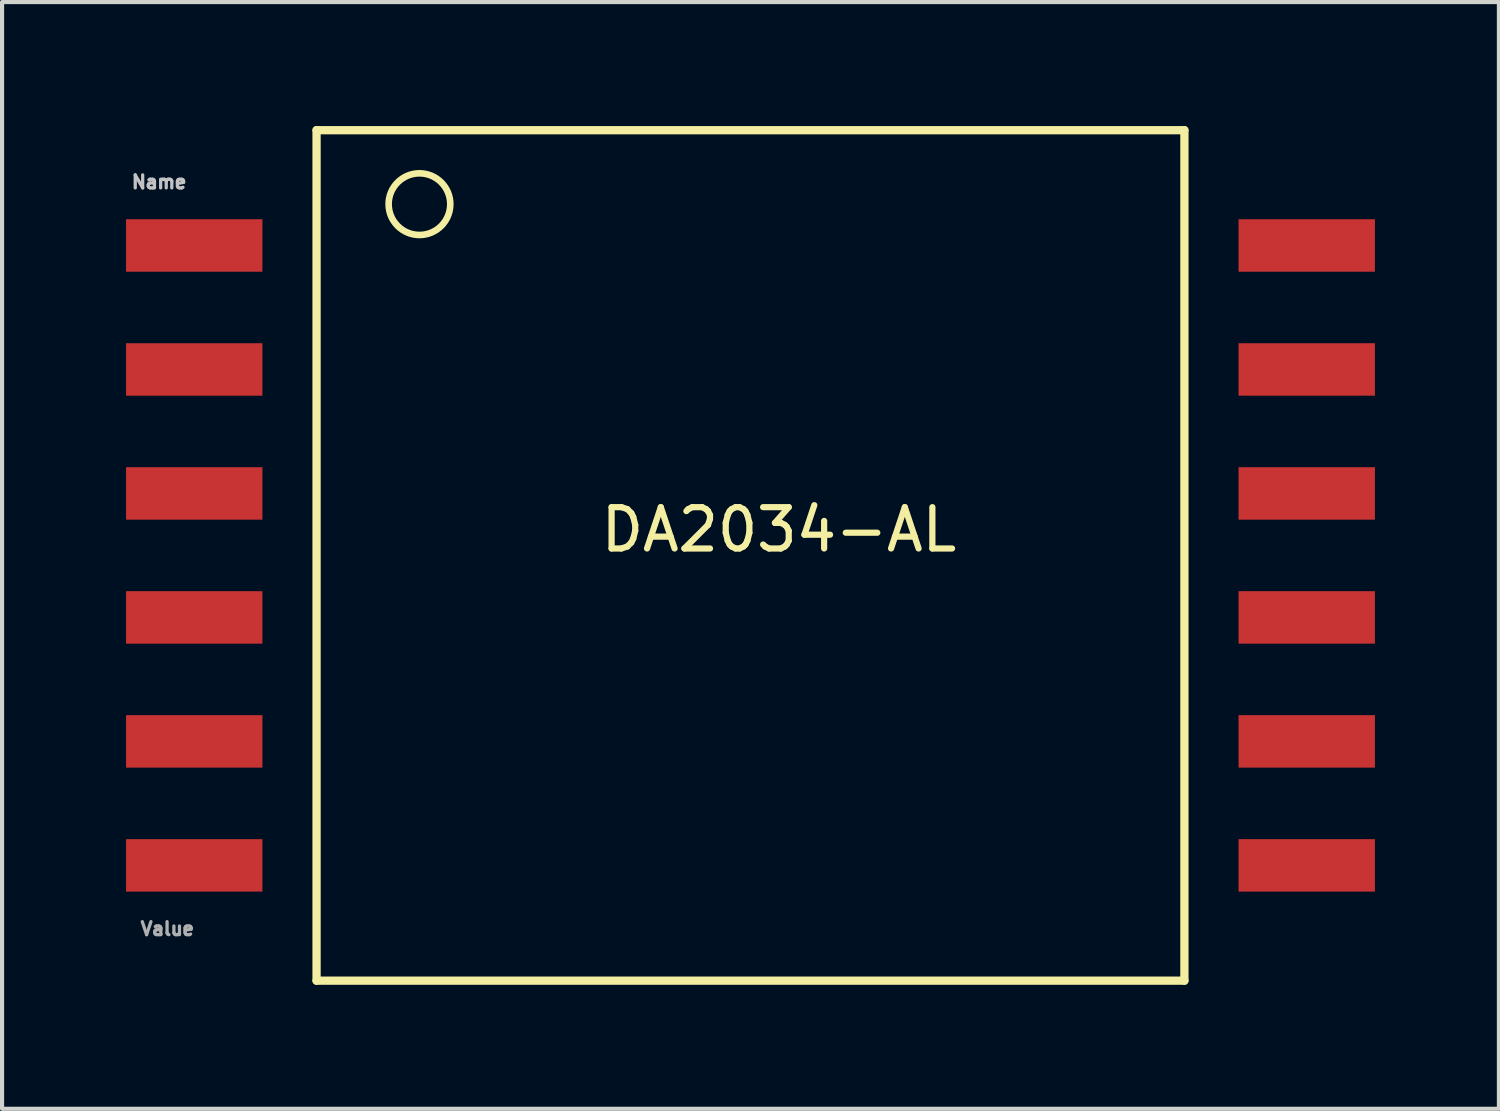
<source format=kicad_pcb>
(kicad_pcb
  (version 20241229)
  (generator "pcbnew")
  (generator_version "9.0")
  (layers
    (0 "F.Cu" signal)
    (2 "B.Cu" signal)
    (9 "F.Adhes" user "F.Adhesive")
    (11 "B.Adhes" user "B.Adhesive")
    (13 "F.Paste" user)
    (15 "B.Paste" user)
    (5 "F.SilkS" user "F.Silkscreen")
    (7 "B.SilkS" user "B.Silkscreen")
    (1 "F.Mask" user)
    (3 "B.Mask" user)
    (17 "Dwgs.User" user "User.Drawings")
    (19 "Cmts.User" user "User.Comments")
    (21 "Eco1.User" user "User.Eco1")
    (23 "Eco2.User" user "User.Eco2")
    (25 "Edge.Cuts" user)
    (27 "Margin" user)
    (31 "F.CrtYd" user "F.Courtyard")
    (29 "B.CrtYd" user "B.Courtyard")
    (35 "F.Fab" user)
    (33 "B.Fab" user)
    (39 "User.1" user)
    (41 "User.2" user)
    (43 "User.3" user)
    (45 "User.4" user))
  (footprint "DA2034-AL"
    (layer "F.Cu")
    (at 15.11 10.39)
    (property "Reference" "DA2034-AL" (at 0.687 -0.623 0) (layer "F.SilkS") (effects (font (size 1 1) (thickness 0.15))))
    (attr smd)
    (fp_line (start -10.5 -10.29) (end 10.5 -10.29) (stroke (width 0.2) (type solid)) (layer "F.SilkS"))
    (fp_line (start -10.5 10.29) (end -10.5 -10.29) (stroke (width 0.2) (type solid)) (layer "F.SilkS"))
    (fp_line (start 10.5 -10.29) (end 10.5 10.29) (stroke (width 0.2) (type solid)) (layer "F.SilkS"))
    (fp_line (start 10.5 10.29) (end -10.5 10.29) (stroke (width 0.2) (type solid)) (layer "F.SilkS"))
    (fp_circle (center -8.01 -8.5) (end -7.264 -8.5) (stroke (width 0.16) (type solid)) (fill no) (layer "F.SilkS"))
    (fp_text user "Name" (at -14.31 -9.035 0) (layer "Dwgs.User") (effects (font (size 0.315 0.315) (thickness 0.079))))
    (fp_text user "Value" (at -14.11 9.035 0) (layer "F.Fab") (effects (font (size 0.315 0.315) (thickness 0.079))))
    (pad "1" smd rect (at -13.46 -7.5) (size 3.3 1.27) (layers "F.Cu" "F.Mask" "F.Paste"))
    (pad "2" smd rect (at -13.46 -4.5) (size 3.3 1.27) (layers "F.Cu" "F.Mask" "F.Paste"))
    (pad "3" smd rect (at -13.46 -1.5) (size 3.3 1.27) (layers "F.Cu" "F.Mask" "F.Paste"))
    (pad "4" smd rect (at -13.46 1.5) (size 3.3 1.27) (layers "F.Cu" "F.Mask" "F.Paste"))
    (pad "5" smd rect (at -13.46 4.5) (size 3.3 1.27) (layers "F.Cu" "F.Mask" "F.Paste"))
    (pad "6" smd rect (at -13.46 7.5) (size 3.3 1.27) (layers "F.Cu" "F.Mask" "F.Paste"))
    (pad "7" smd rect (at 13.46 7.5) (size 3.3 1.27) (layers "F.Cu" "F.Mask" "F.Paste"))
    (pad "8" smd rect (at 13.46 4.5) (size 3.3 1.27) (layers "F.Cu" "F.Mask" "F.Paste"))
    (pad "9" smd rect (at 13.46 1.5) (size 3.3 1.27) (layers "F.Cu" "F.Mask" "F.Paste"))
    (pad "10" smd rect (at 13.46 -1.5) (size 3.3 1.27) (layers "F.Cu" "F.Mask" "F.Paste"))
    (pad "11" smd rect (at 13.46 -4.5) (size 3.3 1.27) (layers "F.Cu" "F.Mask" "F.Paste"))
    (pad "12" smd rect (at 13.46 -7.5) (size 3.3 1.27) (layers "F.Cu" "F.Mask" "F.Paste")))
  (gr_rect
    (start -3 -3)
    (end 33.22 23.78)
    (stroke (width 0.1) (type default))
    (fill no)
    (layer "Edge.Cuts")))
</source>
